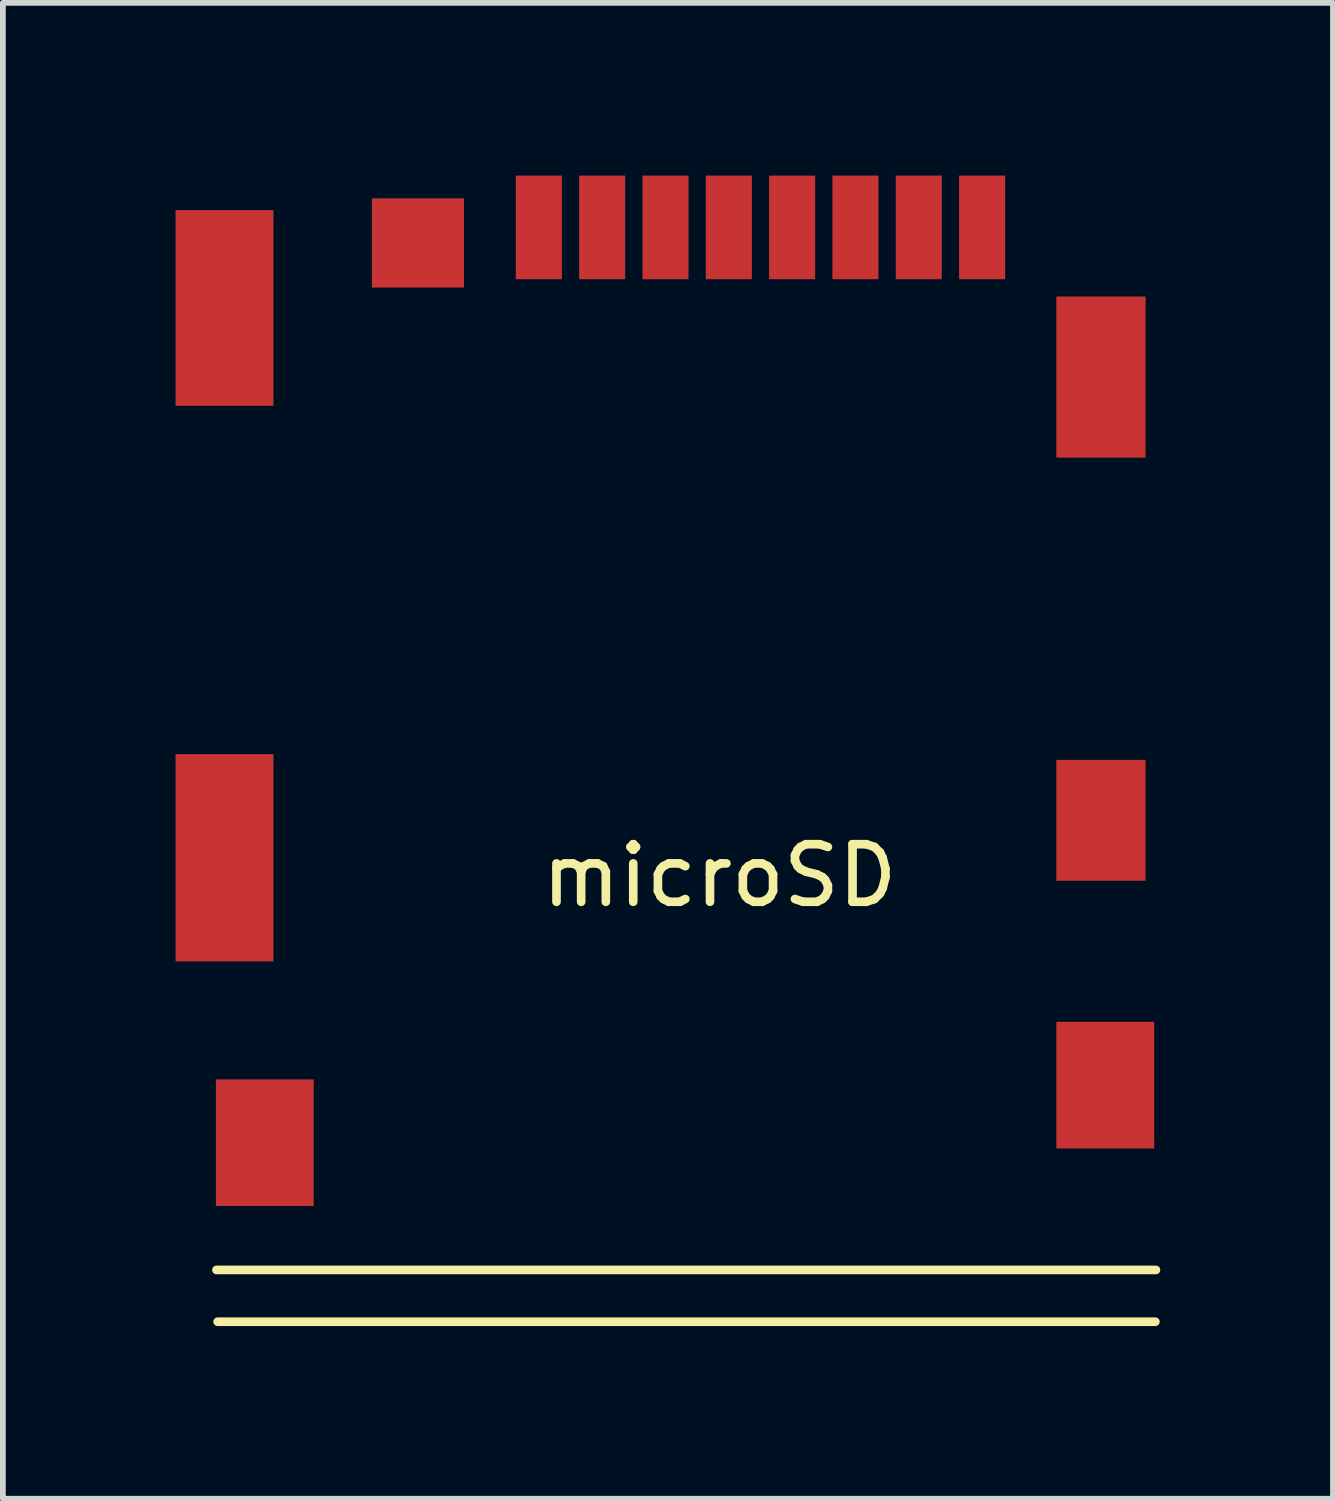
<source format=kicad_pcb>
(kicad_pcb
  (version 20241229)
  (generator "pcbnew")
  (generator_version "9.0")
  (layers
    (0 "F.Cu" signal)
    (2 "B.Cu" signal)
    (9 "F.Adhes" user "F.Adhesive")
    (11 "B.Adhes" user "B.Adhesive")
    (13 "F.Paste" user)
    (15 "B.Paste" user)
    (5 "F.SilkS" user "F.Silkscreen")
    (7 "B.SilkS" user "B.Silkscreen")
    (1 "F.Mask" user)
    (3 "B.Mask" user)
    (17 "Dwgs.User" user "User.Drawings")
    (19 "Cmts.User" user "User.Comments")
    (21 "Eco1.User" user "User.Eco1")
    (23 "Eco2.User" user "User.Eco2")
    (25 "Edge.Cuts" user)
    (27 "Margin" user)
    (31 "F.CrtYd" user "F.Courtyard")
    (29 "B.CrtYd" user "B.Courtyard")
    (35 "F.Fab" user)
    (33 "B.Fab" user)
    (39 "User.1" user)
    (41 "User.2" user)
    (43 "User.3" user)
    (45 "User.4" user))
  (footprint "microSD"
    (layer "F.Cu")
    (at 16.85 17.6)
    (property "Reference" "microSD" (at -7.4 -5.44 0) (layer "F.SilkS") (effects (font (size 1 1) (thickness 0.15))))
    (attr through_hole)
    (fp_line (start -16.14 1.41) (end 0.18 1.41) (stroke (width 0.15) (type solid)) (layer "F.SilkS"))
    (fp_line (start -16.12 2.31) (end 0.17 2.31) (stroke (width 0.15) (type solid)) (layer "F.SilkS"))
    (pad "1" smd rect (at -10.54 -16.7) (size 0.8 1.8) (layers "F.Cu" "F.Mask" "F.Paste"))
    (pad "2" smd rect (at -9.44 -16.7) (size 0.8 1.8) (layers "F.Cu" "F.Mask" "F.Paste"))
    (pad "3" smd rect (at -8.34 -16.7) (size 0.8 1.8) (layers "F.Cu" "F.Mask" "F.Paste"))
    (pad "4" smd rect (at -7.24 -16.7) (size 0.8 1.8) (layers "F.Cu" "F.Mask" "F.Paste"))
    (pad "5" smd rect (at -6.14 -16.7) (size 0.8 1.8) (layers "F.Cu" "F.Mask" "F.Paste"))
    (pad "6" smd rect (at -16 -15.3) (size 1.7 3.4) (layers "F.Cu" "F.Mask" "F.Paste"))
    (pad "6" smd rect (at -16 -5.75) (size 1.7 3.6) (layers "F.Cu" "F.Mask" "F.Paste"))
    (pad "6" smd rect (at -15.3 -0.8) (size 1.7 2.2) (layers "F.Cu" "F.Mask" "F.Paste"))
    (pad "6" smd rect (at -12.64 -16.43) (size 1.6 1.55) (layers "F.Cu" "F.Mask" "F.Paste"))
    (pad "6" smd rect (at -5.04 -16.7) (size 0.8 1.8) (layers "F.Cu" "F.Mask" "F.Paste"))
    (pad "6" smd rect (at -0.775 -6.4) (size 1.55 2.1) (layers "F.Cu" "F.Mask" "F.Paste"))
    (pad "6" smd rect (at -0.7 -1.8) (size 1.7 2.2) (layers "F.Cu" "F.Mask" "F.Paste"))
    (pad "7" smd rect (at -3.94 -16.7) (size 0.8 1.8) (layers "F.Cu" "F.Mask" "F.Paste"))
    (pad "8" smd rect (at -2.84 -16.7) (size 0.8 1.8) (layers "F.Cu" "F.Mask" "F.Paste"))
    (pad "9" smd rect (at -0.775 -14.1) (size 1.55 2.8) (layers "F.Cu" "F.Mask" "F.Paste")))
  (gr_rect
    (start -3 -3)
    (end 20.105 22.985)
    (stroke (width 0.1) (type default))
    (fill no)
    (layer "Edge.Cuts")))
</source>
